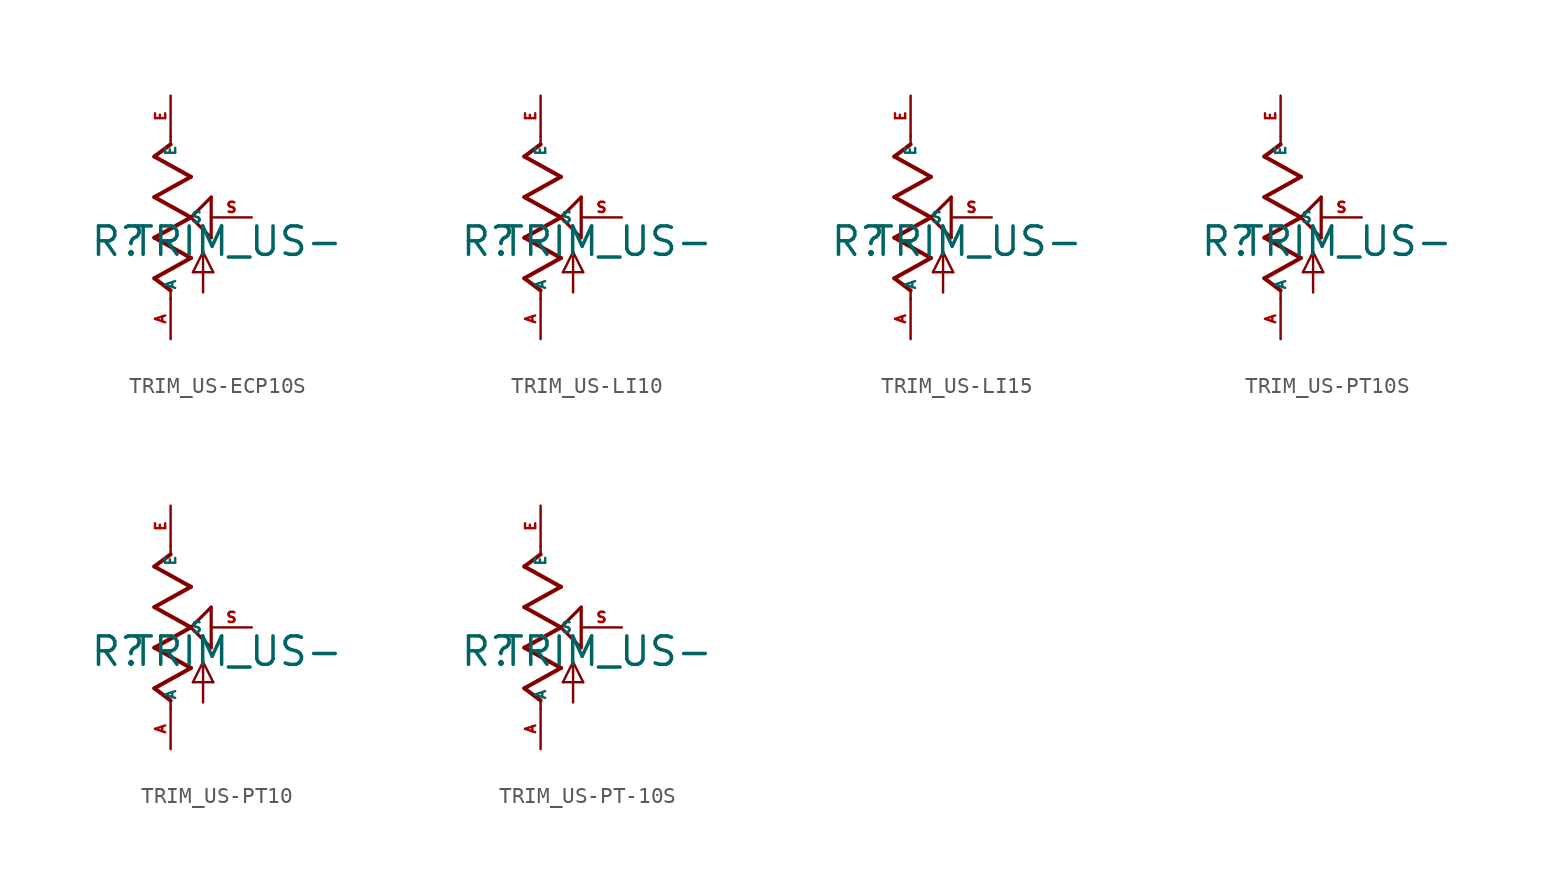
<source format=kicad_sym>
(kicad_symbol_lib
  (version 20220914)
  (generator Eagle2Kicad)
  (symbol "TRIM_US-ECP10S"
    (property "Reference" "R"
      (at -5.08 -2.54 0)
      (effects (font (size 1.778 1.778) (thickness 0.22)) (justify left bottom)))
    (property "Value" "TRIM_US-"
      (at -2.54 -2.54 0)
      (effects (font (size 1.778 1.778) (thickness 0.22)) (justify left bottom)))
    (polyline
      (pts (xy 0 -5.08) (xy 0 -4.572))
      (stroke (width 0.152) (type default))
      (fill (type none)))
    (polyline
      (pts (xy 0 -4.572) (xy -1.016 -3.81))
      (stroke (width 0.254) (type default))
      (fill (type none)))
    (polyline
      (pts (xy -1.016 -3.81) (xy 1.27 -2.54))
      (stroke (width 0.254) (type default))
      (fill (type none)))
    (polyline
      (pts (xy 1.27 -2.54) (xy -1.016 -1.27))
      (stroke (width 0.254) (type default))
      (fill (type none)))
    (polyline
      (pts (xy -1.016 -1.27) (xy 1.27 0))
      (stroke (width 0.254) (type default))
      (fill (type none)))
    (polyline
      (pts (xy 1.27 0) (xy -1.016 1.27))
      (stroke (width 0.254) (type default))
      (fill (type none)))
    (polyline
      (pts (xy -1.016 1.27) (xy 1.27 2.54))
      (stroke (width 0.254) (type default))
      (fill (type none)))
    (polyline
      (pts (xy 1.27 2.54) (xy -1.016 3.81))
      (stroke (width 0.254) (type default))
      (fill (type none)))
    (polyline
      (pts (xy -1.016 3.81) (xy 0 4.572))
      (stroke (width 0.254) (type default))
      (fill (type none)))
    (polyline
      (pts (xy 0 4.572) (xy 0 5.08))
      (stroke (width 0.152) (type default))
      (fill (type none)))
    (polyline
      (pts (xy 1.27 0) (xy 2.54 1.27))
      (stroke (width 0.203) (type default))
      (fill (type none)))
    (polyline
      (pts (xy 2.54 -1.27) (xy 1.27 0))
      (stroke (width 0.203) (type default))
      (fill (type none)))
    (polyline
      (pts (xy 2.54 1.27) (xy 2.54 -1.27))
      (stroke (width 0.203) (type default))
      (fill (type none)))
    (polyline
      (pts (xy 2.032 -4.699) (xy 2.032 -2.159))
      (stroke (width 0.152) (type default))
      (fill (type none)))
    (polyline
      (pts (xy 2.032 -2.159) (xy 2.667 -3.429))
      (stroke (width 0.152) (type default))
      (fill (type none)))
    (polyline
      (pts (xy 2.667 -3.429) (xy 1.397 -3.429))
      (stroke (width 0.152) (type default))
      (fill (type none)))
    (polyline
      (pts (xy 1.397 -3.429) (xy 2.032 -2.159))
      (stroke (width 0.152) (type default))
      (fill (type none)))
    (pin passive line
      (at 0 -7.62 90)
      (length 2.54)
      (name "A" (effects (font (size 0.635 0.635) (thickness 0.08)) (justify left bottom)))
      (number "A" (effects (font (size 0.635 0.635) (thickness 0.08)) (justify left bottom))))
    (pin passive line
      (at 0 7.62 270)
      (length 2.54)
      (name "E" (effects (font (size 0.635 0.635) (thickness 0.08)) (justify left bottom)))
      (number "E" (effects (font (size 0.635 0.635) (thickness 0.08)) (justify left bottom))))
    (pin passive line
      (at 5.08 0 180)
      (length 2.54)
      (name "S" (effects (font (size 0.635 0.635) (thickness 0.08)) (justify left bottom)))
      (number "S" (effects (font (size 0.635 0.635) (thickness 0.08)) (justify left bottom)))))
  (symbol "TRIM_US-LI10"
    (property "Reference" "R"
      (at -5.08 -2.54 0)
      (effects (font (size 1.778 1.778) (thickness 0.22)) (justify left bottom)))
    (property "Value" "TRIM_US-"
      (at -2.54 -2.54 0)
      (effects (font (size 1.778 1.778) (thickness 0.22)) (justify left bottom)))
    (polyline
      (pts (xy 0 -5.08) (xy 0 -4.572))
      (stroke (width 0.152) (type default))
      (fill (type none)))
    (polyline
      (pts (xy 0 -4.572) (xy -1.016 -3.81))
      (stroke (width 0.254) (type default))
      (fill (type none)))
    (polyline
      (pts (xy -1.016 -3.81) (xy 1.27 -2.54))
      (stroke (width 0.254) (type default))
      (fill (type none)))
    (polyline
      (pts (xy 1.27 -2.54) (xy -1.016 -1.27))
      (stroke (width 0.254) (type default))
      (fill (type none)))
    (polyline
      (pts (xy -1.016 -1.27) (xy 1.27 0))
      (stroke (width 0.254) (type default))
      (fill (type none)))
    (polyline
      (pts (xy 1.27 0) (xy -1.016 1.27))
      (stroke (width 0.254) (type default))
      (fill (type none)))
    (polyline
      (pts (xy -1.016 1.27) (xy 1.27 2.54))
      (stroke (width 0.254) (type default))
      (fill (type none)))
    (polyline
      (pts (xy 1.27 2.54) (xy -1.016 3.81))
      (stroke (width 0.254) (type default))
      (fill (type none)))
    (polyline
      (pts (xy -1.016 3.81) (xy 0 4.572))
      (stroke (width 0.254) (type default))
      (fill (type none)))
    (polyline
      (pts (xy 0 4.572) (xy 0 5.08))
      (stroke (width 0.152) (type default))
      (fill (type none)))
    (polyline
      (pts (xy 1.27 0) (xy 2.54 1.27))
      (stroke (width 0.203) (type default))
      (fill (type none)))
    (polyline
      (pts (xy 2.54 -1.27) (xy 1.27 0))
      (stroke (width 0.203) (type default))
      (fill (type none)))
    (polyline
      (pts (xy 2.54 1.27) (xy 2.54 -1.27))
      (stroke (width 0.203) (type default))
      (fill (type none)))
    (polyline
      (pts (xy 2.032 -4.699) (xy 2.032 -2.159))
      (stroke (width 0.152) (type default))
      (fill (type none)))
    (polyline
      (pts (xy 2.032 -2.159) (xy 2.667 -3.429))
      (stroke (width 0.152) (type default))
      (fill (type none)))
    (polyline
      (pts (xy 2.667 -3.429) (xy 1.397 -3.429))
      (stroke (width 0.152) (type default))
      (fill (type none)))
    (polyline
      (pts (xy 1.397 -3.429) (xy 2.032 -2.159))
      (stroke (width 0.152) (type default))
      (fill (type none)))
    (pin passive line
      (at 0 -7.62 90)
      (length 2.54)
      (name "A" (effects (font (size 0.635 0.635) (thickness 0.08)) (justify left bottom)))
      (number "A" (effects (font (size 0.635 0.635) (thickness 0.08)) (justify left bottom))))
    (pin passive line
      (at 0 7.62 270)
      (length 2.54)
      (name "E" (effects (font (size 0.635 0.635) (thickness 0.08)) (justify left bottom)))
      (number "E" (effects (font (size 0.635 0.635) (thickness 0.08)) (justify left bottom))))
    (pin passive line
      (at 5.08 0 180)
      (length 2.54)
      (name "S" (effects (font (size 0.635 0.635) (thickness 0.08)) (justify left bottom)))
      (number "S" (effects (font (size 0.635 0.635) (thickness 0.08)) (justify left bottom)))))
  (symbol "TRIM_US-LI15"
    (property "Reference" "R"
      (at -5.08 -2.54 0)
      (effects (font (size 1.778 1.778) (thickness 0.22)) (justify left bottom)))
    (property "Value" "TRIM_US-"
      (at -2.54 -2.54 0)
      (effects (font (size 1.778 1.778) (thickness 0.22)) (justify left bottom)))
    (polyline
      (pts (xy 0 -5.08) (xy 0 -4.572))
      (stroke (width 0.152) (type default))
      (fill (type none)))
    (polyline
      (pts (xy 0 -4.572) (xy -1.016 -3.81))
      (stroke (width 0.254) (type default))
      (fill (type none)))
    (polyline
      (pts (xy -1.016 -3.81) (xy 1.27 -2.54))
      (stroke (width 0.254) (type default))
      (fill (type none)))
    (polyline
      (pts (xy 1.27 -2.54) (xy -1.016 -1.27))
      (stroke (width 0.254) (type default))
      (fill (type none)))
    (polyline
      (pts (xy -1.016 -1.27) (xy 1.27 0))
      (stroke (width 0.254) (type default))
      (fill (type none)))
    (polyline
      (pts (xy 1.27 0) (xy -1.016 1.27))
      (stroke (width 0.254) (type default))
      (fill (type none)))
    (polyline
      (pts (xy -1.016 1.27) (xy 1.27 2.54))
      (stroke (width 0.254) (type default))
      (fill (type none)))
    (polyline
      (pts (xy 1.27 2.54) (xy -1.016 3.81))
      (stroke (width 0.254) (type default))
      (fill (type none)))
    (polyline
      (pts (xy -1.016 3.81) (xy 0 4.572))
      (stroke (width 0.254) (type default))
      (fill (type none)))
    (polyline
      (pts (xy 0 4.572) (xy 0 5.08))
      (stroke (width 0.152) (type default))
      (fill (type none)))
    (polyline
      (pts (xy 1.27 0) (xy 2.54 1.27))
      (stroke (width 0.203) (type default))
      (fill (type none)))
    (polyline
      (pts (xy 2.54 -1.27) (xy 1.27 0))
      (stroke (width 0.203) (type default))
      (fill (type none)))
    (polyline
      (pts (xy 2.54 1.27) (xy 2.54 -1.27))
      (stroke (width 0.203) (type default))
      (fill (type none)))
    (polyline
      (pts (xy 2.032 -4.699) (xy 2.032 -2.159))
      (stroke (width 0.152) (type default))
      (fill (type none)))
    (polyline
      (pts (xy 2.032 -2.159) (xy 2.667 -3.429))
      (stroke (width 0.152) (type default))
      (fill (type none)))
    (polyline
      (pts (xy 2.667 -3.429) (xy 1.397 -3.429))
      (stroke (width 0.152) (type default))
      (fill (type none)))
    (polyline
      (pts (xy 1.397 -3.429) (xy 2.032 -2.159))
      (stroke (width 0.152) (type default))
      (fill (type none)))
    (pin passive line
      (at 0 -7.62 90)
      (length 2.54)
      (name "A" (effects (font (size 0.635 0.635) (thickness 0.08)) (justify left bottom)))
      (number "A" (effects (font (size 0.635 0.635) (thickness 0.08)) (justify left bottom))))
    (pin passive line
      (at 0 7.62 270)
      (length 2.54)
      (name "E" (effects (font (size 0.635 0.635) (thickness 0.08)) (justify left bottom)))
      (number "E" (effects (font (size 0.635 0.635) (thickness 0.08)) (justify left bottom))))
    (pin passive line
      (at 5.08 0 180)
      (length 2.54)
      (name "S" (effects (font (size 0.635 0.635) (thickness 0.08)) (justify left bottom)))
      (number "S" (effects (font (size 0.635 0.635) (thickness 0.08)) (justify left bottom)))))
  (symbol "TRIM_US-PT10S"
    (property "Reference" "R"
      (at -5.08 -2.54 0)
      (effects (font (size 1.778 1.778) (thickness 0.22)) (justify left bottom)))
    (property "Value" "TRIM_US-"
      (at -2.54 -2.54 0)
      (effects (font (size 1.778 1.778) (thickness 0.22)) (justify left bottom)))
    (polyline
      (pts (xy 0 -5.08) (xy 0 -4.572))
      (stroke (width 0.152) (type default))
      (fill (type none)))
    (polyline
      (pts (xy 0 -4.572) (xy -1.016 -3.81))
      (stroke (width 0.254) (type default))
      (fill (type none)))
    (polyline
      (pts (xy -1.016 -3.81) (xy 1.27 -2.54))
      (stroke (width 0.254) (type default))
      (fill (type none)))
    (polyline
      (pts (xy 1.27 -2.54) (xy -1.016 -1.27))
      (stroke (width 0.254) (type default))
      (fill (type none)))
    (polyline
      (pts (xy -1.016 -1.27) (xy 1.27 0))
      (stroke (width 0.254) (type default))
      (fill (type none)))
    (polyline
      (pts (xy 1.27 0) (xy -1.016 1.27))
      (stroke (width 0.254) (type default))
      (fill (type none)))
    (polyline
      (pts (xy -1.016 1.27) (xy 1.27 2.54))
      (stroke (width 0.254) (type default))
      (fill (type none)))
    (polyline
      (pts (xy 1.27 2.54) (xy -1.016 3.81))
      (stroke (width 0.254) (type default))
      (fill (type none)))
    (polyline
      (pts (xy -1.016 3.81) (xy 0 4.572))
      (stroke (width 0.254) (type default))
      (fill (type none)))
    (polyline
      (pts (xy 0 4.572) (xy 0 5.08))
      (stroke (width 0.152) (type default))
      (fill (type none)))
    (polyline
      (pts (xy 1.27 0) (xy 2.54 1.27))
      (stroke (width 0.203) (type default))
      (fill (type none)))
    (polyline
      (pts (xy 2.54 -1.27) (xy 1.27 0))
      (stroke (width 0.203) (type default))
      (fill (type none)))
    (polyline
      (pts (xy 2.54 1.27) (xy 2.54 -1.27))
      (stroke (width 0.203) (type default))
      (fill (type none)))
    (polyline
      (pts (xy 2.032 -4.699) (xy 2.032 -2.159))
      (stroke (width 0.152) (type default))
      (fill (type none)))
    (polyline
      (pts (xy 2.032 -2.159) (xy 2.667 -3.429))
      (stroke (width 0.152) (type default))
      (fill (type none)))
    (polyline
      (pts (xy 2.667 -3.429) (xy 1.397 -3.429))
      (stroke (width 0.152) (type default))
      (fill (type none)))
    (polyline
      (pts (xy 1.397 -3.429) (xy 2.032 -2.159))
      (stroke (width 0.152) (type default))
      (fill (type none)))
    (pin passive line
      (at 0 -7.62 90)
      (length 2.54)
      (name "A" (effects (font (size 0.635 0.635) (thickness 0.08)) (justify left bottom)))
      (number "A" (effects (font (size 0.635 0.635) (thickness 0.08)) (justify left bottom))))
    (pin passive line
      (at 0 7.62 270)
      (length 2.54)
      (name "E" (effects (font (size 0.635 0.635) (thickness 0.08)) (justify left bottom)))
      (number "E" (effects (font (size 0.635 0.635) (thickness 0.08)) (justify left bottom))))
    (pin passive line
      (at 5.08 0 180)
      (length 2.54)
      (name "S" (effects (font (size 0.635 0.635) (thickness 0.08)) (justify left bottom)))
      (number "S" (effects (font (size 0.635 0.635) (thickness 0.08)) (justify left bottom)))))
  (symbol "TRIM_US-PT10"
    (property "Reference" "R"
      (at -5.08 -2.54 0)
      (effects (font (size 1.778 1.778) (thickness 0.22)) (justify left bottom)))
    (property "Value" "TRIM_US-"
      (at -2.54 -2.54 0)
      (effects (font (size 1.778 1.778) (thickness 0.22)) (justify left bottom)))
    (polyline
      (pts (xy 0 -5.08) (xy 0 -4.572))
      (stroke (width 0.152) (type default))
      (fill (type none)))
    (polyline
      (pts (xy 0 -4.572) (xy -1.016 -3.81))
      (stroke (width 0.254) (type default))
      (fill (type none)))
    (polyline
      (pts (xy -1.016 -3.81) (xy 1.27 -2.54))
      (stroke (width 0.254) (type default))
      (fill (type none)))
    (polyline
      (pts (xy 1.27 -2.54) (xy -1.016 -1.27))
      (stroke (width 0.254) (type default))
      (fill (type none)))
    (polyline
      (pts (xy -1.016 -1.27) (xy 1.27 0))
      (stroke (width 0.254) (type default))
      (fill (type none)))
    (polyline
      (pts (xy 1.27 0) (xy -1.016 1.27))
      (stroke (width 0.254) (type default))
      (fill (type none)))
    (polyline
      (pts (xy -1.016 1.27) (xy 1.27 2.54))
      (stroke (width 0.254) (type default))
      (fill (type none)))
    (polyline
      (pts (xy 1.27 2.54) (xy -1.016 3.81))
      (stroke (width 0.254) (type default))
      (fill (type none)))
    (polyline
      (pts (xy -1.016 3.81) (xy 0 4.572))
      (stroke (width 0.254) (type default))
      (fill (type none)))
    (polyline
      (pts (xy 0 4.572) (xy 0 5.08))
      (stroke (width 0.152) (type default))
      (fill (type none)))
    (polyline
      (pts (xy 1.27 0) (xy 2.54 1.27))
      (stroke (width 0.203) (type default))
      (fill (type none)))
    (polyline
      (pts (xy 2.54 -1.27) (xy 1.27 0))
      (stroke (width 0.203) (type default))
      (fill (type none)))
    (polyline
      (pts (xy 2.54 1.27) (xy 2.54 -1.27))
      (stroke (width 0.203) (type default))
      (fill (type none)))
    (polyline
      (pts (xy 2.032 -4.699) (xy 2.032 -2.159))
      (stroke (width 0.152) (type default))
      (fill (type none)))
    (polyline
      (pts (xy 2.032 -2.159) (xy 2.667 -3.429))
      (stroke (width 0.152) (type default))
      (fill (type none)))
    (polyline
      (pts (xy 2.667 -3.429) (xy 1.397 -3.429))
      (stroke (width 0.152) (type default))
      (fill (type none)))
    (polyline
      (pts (xy 1.397 -3.429) (xy 2.032 -2.159))
      (stroke (width 0.152) (type default))
      (fill (type none)))
    (pin passive line
      (at 0 -7.62 90)
      (length 2.54)
      (name "A" (effects (font (size 0.635 0.635) (thickness 0.08)) (justify left bottom)))
      (number "A" (effects (font (size 0.635 0.635) (thickness 0.08)) (justify left bottom))))
    (pin passive line
      (at 0 7.62 270)
      (length 2.54)
      (name "E" (effects (font (size 0.635 0.635) (thickness 0.08)) (justify left bottom)))
      (number "E" (effects (font (size 0.635 0.635) (thickness 0.08)) (justify left bottom))))
    (pin passive line
      (at 5.08 0 180)
      (length 2.54)
      (name "S" (effects (font (size 0.635 0.635) (thickness 0.08)) (justify left bottom)))
      (number "S" (effects (font (size 0.635 0.635) (thickness 0.08)) (justify left bottom)))))
  (symbol "TRIM_US-PT-10S"
    (property "Reference" "R"
      (at -5.08 -2.54 0)
      (effects (font (size 1.778 1.778) (thickness 0.22)) (justify left bottom)))
    (property "Value" "TRIM_US-"
      (at -2.54 -2.54 0)
      (effects (font (size 1.778 1.778) (thickness 0.22)) (justify left bottom)))
    (polyline
      (pts (xy 0 -5.08) (xy 0 -4.572))
      (stroke (width 0.152) (type default))
      (fill (type none)))
    (polyline
      (pts (xy 0 -4.572) (xy -1.016 -3.81))
      (stroke (width 0.254) (type default))
      (fill (type none)))
    (polyline
      (pts (xy -1.016 -3.81) (xy 1.27 -2.54))
      (stroke (width 0.254) (type default))
      (fill (type none)))
    (polyline
      (pts (xy 1.27 -2.54) (xy -1.016 -1.27))
      (stroke (width 0.254) (type default))
      (fill (type none)))
    (polyline
      (pts (xy -1.016 -1.27) (xy 1.27 0))
      (stroke (width 0.254) (type default))
      (fill (type none)))
    (polyline
      (pts (xy 1.27 0) (xy -1.016 1.27))
      (stroke (width 0.254) (type default))
      (fill (type none)))
    (polyline
      (pts (xy -1.016 1.27) (xy 1.27 2.54))
      (stroke (width 0.254) (type default))
      (fill (type none)))
    (polyline
      (pts (xy 1.27 2.54) (xy -1.016 3.81))
      (stroke (width 0.254) (type default))
      (fill (type none)))
    (polyline
      (pts (xy -1.016 3.81) (xy 0 4.572))
      (stroke (width 0.254) (type default))
      (fill (type none)))
    (polyline
      (pts (xy 0 4.572) (xy 0 5.08))
      (stroke (width 0.152) (type default))
      (fill (type none)))
    (polyline
      (pts (xy 1.27 0) (xy 2.54 1.27))
      (stroke (width 0.203) (type default))
      (fill (type none)))
    (polyline
      (pts (xy 2.54 -1.27) (xy 1.27 0))
      (stroke (width 0.203) (type default))
      (fill (type none)))
    (polyline
      (pts (xy 2.54 1.27) (xy 2.54 -1.27))
      (stroke (width 0.203) (type default))
      (fill (type none)))
    (polyline
      (pts (xy 2.032 -4.699) (xy 2.032 -2.159))
      (stroke (width 0.152) (type default))
      (fill (type none)))
    (polyline
      (pts (xy 2.032 -2.159) (xy 2.667 -3.429))
      (stroke (width 0.152) (type default))
      (fill (type none)))
    (polyline
      (pts (xy 2.667 -3.429) (xy 1.397 -3.429))
      (stroke (width 0.152) (type default))
      (fill (type none)))
    (polyline
      (pts (xy 1.397 -3.429) (xy 2.032 -2.159))
      (stroke (width 0.152) (type default))
      (fill (type none)))
    (pin passive line
      (at 0 -7.62 90)
      (length 2.54)
      (name "A" (effects (font (size 0.635 0.635) (thickness 0.08)) (justify left bottom)))
      (number "A" (effects (font (size 0.635 0.635) (thickness 0.08)) (justify left bottom))))
    (pin passive line
      (at 0 7.62 270)
      (length 2.54)
      (name "E" (effects (font (size 0.635 0.635) (thickness 0.08)) (justify left bottom)))
      (number "E" (effects (font (size 0.635 0.635) (thickness 0.08)) (justify left bottom))))
    (pin passive line
      (at 5.08 0 180)
      (length 2.54)
      (name "S" (effects (font (size 0.635 0.635) (thickness 0.08)) (justify left bottom)))
      (number "S" (effects (font (size 0.635 0.635) (thickness 0.08)) (justify left bottom))))))
</source>
